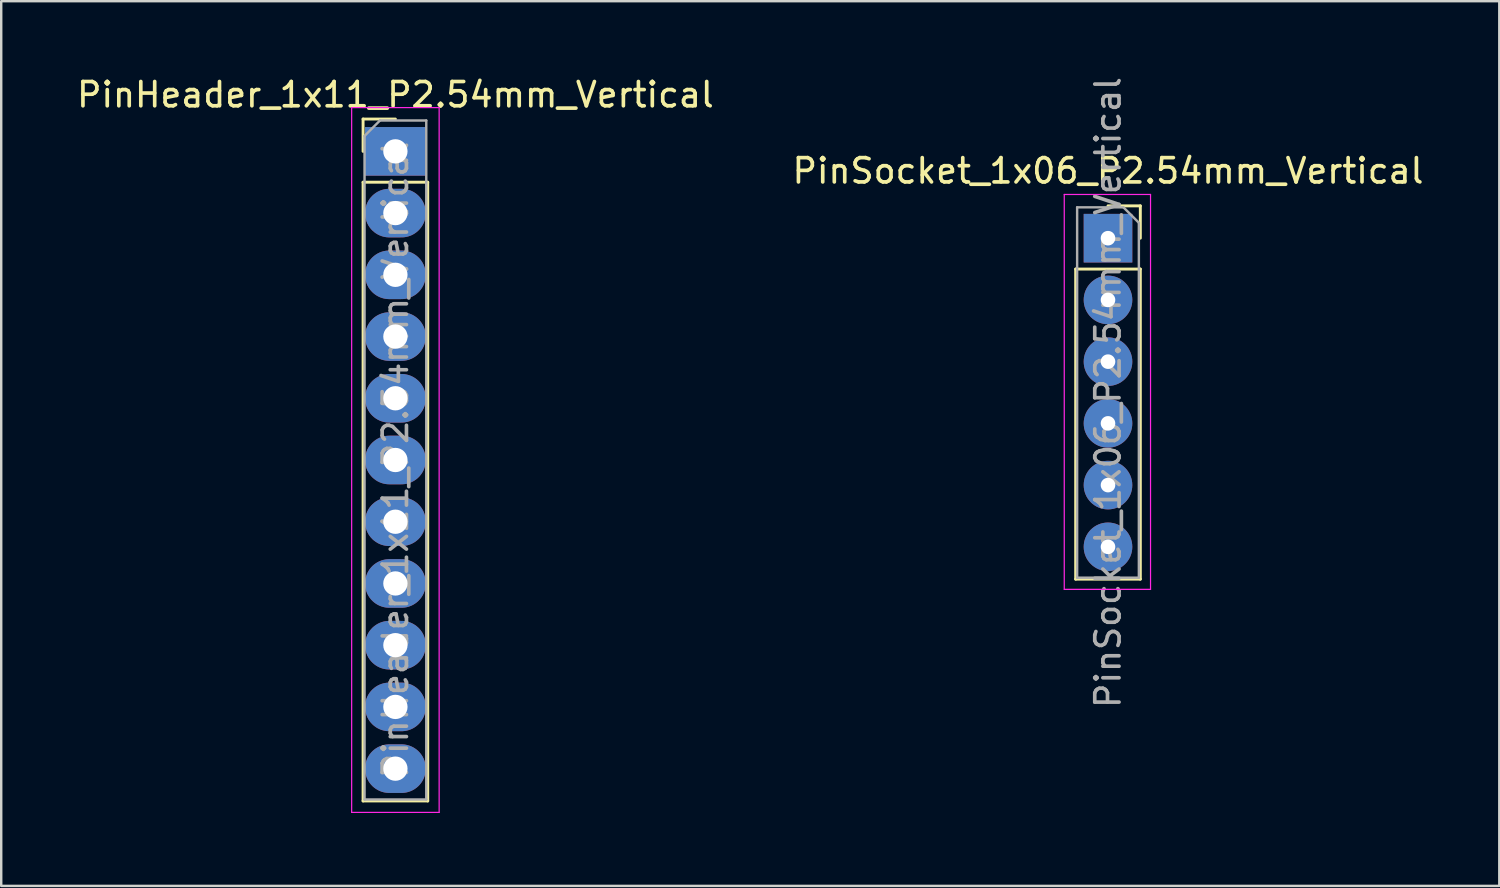
<source format=kicad_pcb>
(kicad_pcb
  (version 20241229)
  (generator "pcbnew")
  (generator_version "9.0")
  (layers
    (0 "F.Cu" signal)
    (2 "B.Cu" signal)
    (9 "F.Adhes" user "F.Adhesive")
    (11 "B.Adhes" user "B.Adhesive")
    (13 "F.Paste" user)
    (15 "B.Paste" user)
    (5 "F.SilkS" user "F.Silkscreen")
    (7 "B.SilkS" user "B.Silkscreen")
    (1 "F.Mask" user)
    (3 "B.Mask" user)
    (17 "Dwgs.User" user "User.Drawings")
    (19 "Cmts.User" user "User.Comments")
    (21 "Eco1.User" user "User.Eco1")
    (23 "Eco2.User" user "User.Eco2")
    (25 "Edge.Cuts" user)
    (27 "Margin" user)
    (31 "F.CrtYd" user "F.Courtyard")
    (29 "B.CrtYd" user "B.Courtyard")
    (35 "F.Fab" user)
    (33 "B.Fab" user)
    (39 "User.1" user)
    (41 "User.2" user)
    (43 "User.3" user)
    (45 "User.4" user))
  (footprint "PinSocket_1x06_P2.54mm_Vertical"
    (layer "F.Cu")
    (at 42.542 6.751)
    (property "Reference" "PinSocket_1x06_P2.54mm_Vertical" (at 0 -2.77 0) (layer "F.SilkS") (effects (font (size 1 1) (thickness 0.15))))
    (attr through_hole)
    (fp_line (start -1.33 1.27) (end -1.33 14.03) (stroke (width 0.12) (type solid)) (layer "F.SilkS"))
    (fp_line (start -1.33 1.27) (end 1.33 1.27) (stroke (width 0.12) (type solid)) (layer "F.SilkS"))
    (fp_line (start -1.33 14.03) (end 1.33 14.03) (stroke (width 0.12) (type solid)) (layer "F.SilkS"))
    (fp_line (start 0 -1.33) (end 1.33 -1.33) (stroke (width 0.12) (type solid)) (layer "F.SilkS"))
    (fp_line (start 1.33 -1.33) (end 1.33 0) (stroke (width 0.12) (type solid)) (layer "F.SilkS"))
    (fp_line (start 1.33 1.27) (end 1.33 14.03) (stroke (width 0.12) (type solid)) (layer "F.SilkS"))
    (fp_line (start -1.8 -1.8) (end 1.75 -1.8) (stroke (width 0.05) (type solid)) (layer "F.CrtYd"))
    (fp_line (start -1.8 14.45) (end -1.8 -1.8) (stroke (width 0.05) (type solid)) (layer "F.CrtYd"))
    (fp_line (start 1.75 -1.8) (end 1.75 14.45) (stroke (width 0.05) (type solid)) (layer "F.CrtYd"))
    (fp_line (start 1.75 14.45) (end -1.8 14.45) (stroke (width 0.05) (type solid)) (layer "F.CrtYd"))
    (fp_line (start -1.27 -1.27) (end 0.635 -1.27) (stroke (width 0.1) (type solid)) (layer "F.Fab"))
    (fp_line (start -1.27 13.97) (end -1.27 -1.27) (stroke (width 0.1) (type solid)) (layer "F.Fab"))
    (fp_line (start 0.635 -1.27) (end 1.27 -0.635) (stroke (width 0.1) (type solid)) (layer "F.Fab"))
    (fp_line (start 1.27 -0.635) (end 1.27 13.97) (stroke (width 0.1) (type solid)) (layer "F.Fab"))
    (fp_line (start 1.27 13.97) (end -1.27 13.97) (stroke (width 0.1) (type solid)) (layer "F.Fab"))
    (fp_text user "${REFERENCE}" (at 0 6.35 270) (layer "F.Fab") (effects (font (size 1 1) (thickness 0.15))))
    (pad "1" thru_hole rect (at 0 0) (size 2 2) (drill 0.6) (layers "*.Cu" "*.Mask"))
    (pad "2" thru_hole oval (at 0 2.54) (size 2 2) (drill 0.6) (layers "*.Cu" "*.Mask"))
    (pad "3" thru_hole oval (at 0 5.08) (size 2 2) (drill 0.6) (layers "*.Cu" "*.Mask"))
    (pad "4" thru_hole oval (at 0 7.62) (size 2 2) (drill 0.6) (layers "*.Cu" "*.Mask"))
    (pad "5" thru_hole oval (at 0 10.16) (size 2 2) (drill 0.6) (layers "*.Cu" "*.Mask"))
    (pad "6" thru_hole oval (at 0 12.7) (size 2 2) (drill 0.6) (layers "*.Cu" "*.Mask")))
  (footprint "PinHeader_1x11_P2.54mm_Vertical"
    (layer "F.Cu")
    (at 13.22 3.178)
    (property "Reference" "PinHeader_1x11_P2.54mm_Vertical" (at 0 -2.33 0) (layer "F.SilkS") (effects (font (size 1 1) (thickness 0.15))))
    (attr through_hole)
    (fp_line (start -1.33 -1.33) (end 0 -1.33) (stroke (width 0.12) (type solid)) (layer "F.SilkS"))
    (fp_line (start -1.33 0) (end -1.33 -1.33) (stroke (width 0.12) (type solid)) (layer "F.SilkS"))
    (fp_line (start -1.33 1.27) (end -1.33 26.73) (stroke (width 0.12) (type solid)) (layer "F.SilkS"))
    (fp_line (start -1.33 1.27) (end 1.33 1.27) (stroke (width 0.12) (type solid)) (layer "F.SilkS"))
    (fp_line (start -1.33 26.73) (end 1.33 26.73) (stroke (width 0.12) (type solid)) (layer "F.SilkS"))
    (fp_line (start 1.33 1.27) (end 1.33 26.73) (stroke (width 0.12) (type solid)) (layer "F.SilkS"))
    (fp_line (start -1.8 -1.8) (end -1.8 27.2) (stroke (width 0.05) (type solid)) (layer "F.CrtYd"))
    (fp_line (start -1.8 27.2) (end 1.8 27.2) (stroke (width 0.05) (type solid)) (layer "F.CrtYd"))
    (fp_line (start 1.8 -1.8) (end -1.8 -1.8) (stroke (width 0.05) (type solid)) (layer "F.CrtYd"))
    (fp_line (start 1.8 27.2) (end 1.8 -1.8) (stroke (width 0.05) (type solid)) (layer "F.CrtYd"))
    (fp_line (start -1.27 -0.635) (end -0.635 -1.27) (stroke (width 0.1) (type solid)) (layer "F.Fab"))
    (fp_line (start -1.27 26.67) (end -1.27 -0.635) (stroke (width 0.1) (type solid)) (layer "F.Fab"))
    (fp_line (start -0.635 -1.27) (end 1.27 -1.27) (stroke (width 0.1) (type solid)) (layer "F.Fab"))
    (fp_line (start 1.27 -1.27) (end 1.27 26.67) (stroke (width 0.1) (type solid)) (layer "F.Fab"))
    (fp_line (start 1.27 26.67) (end -1.27 26.67) (stroke (width 0.1) (type solid)) (layer "F.Fab"))
    (fp_text user "${REFERENCE}" (at 0 12.7 90) (layer "F.Fab") (effects (font (size 1 1) (thickness 0.15))))
    (pad "1" thru_hole rect (at 0 0) (size 2.5 2) (drill 1) (layers "*.Cu" "*.Mask"))
    (pad "2" thru_hole oval (at 0 2.54) (size 2.5 2) (drill 1) (layers "*.Cu" "*.Mask"))
    (pad "3" thru_hole oval (at 0 5.08) (size 2.5 2) (drill 1) (layers "*.Cu" "*.Mask"))
    (pad "4" thru_hole oval (at 0 7.62) (size 2.5 2) (drill 1) (layers "*.Cu" "*.Mask"))
    (pad "5" thru_hole oval (at 0 10.16) (size 2.5 2) (drill 1) (layers "*.Cu" "*.Mask"))
    (pad "6" thru_hole oval (at 0 12.7) (size 2.5 2) (drill 1) (layers "*.Cu" "*.Mask"))
    (pad "7" thru_hole oval (at 0 15.24) (size 2.5 2) (drill 1) (layers "*.Cu" "*.Mask"))
    (pad "8" thru_hole oval (at 0 17.78) (size 2.5 2) (drill 1) (layers "*.Cu" "*.Mask"))
    (pad "9" thru_hole oval (at 0 20.32) (size 2.5 2) (drill 1) (layers "*.Cu" "*.Mask"))
    (pad "10" thru_hole oval (at 0 22.86) (size 2.5 2) (drill 1) (layers "*.Cu" "*.Mask"))
    (pad "11" thru_hole oval (at 0 25.4) (size 2.5 2) (drill 1) (layers "*.Cu" "*.Mask")))
  (gr_rect
    (start -3 -3)
    (end 58.643 33.403)
    (stroke (width 0.1) (type default))
    (fill no)
    (layer "Edge.Cuts")))
</source>
